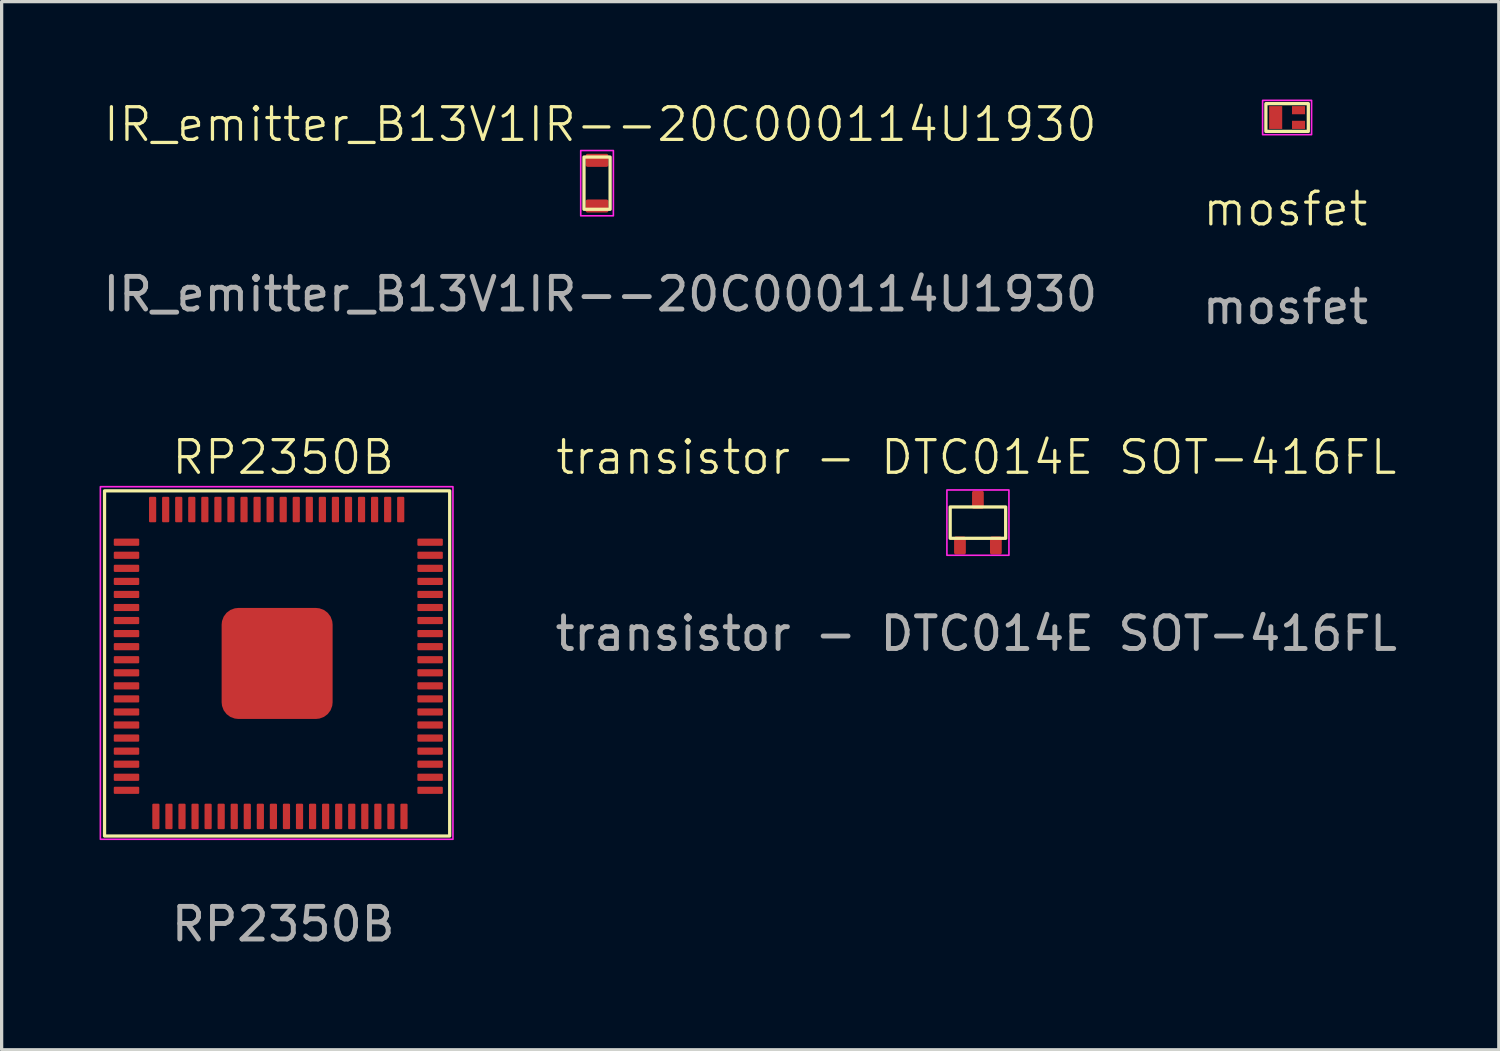
<source format=kicad_pcb>
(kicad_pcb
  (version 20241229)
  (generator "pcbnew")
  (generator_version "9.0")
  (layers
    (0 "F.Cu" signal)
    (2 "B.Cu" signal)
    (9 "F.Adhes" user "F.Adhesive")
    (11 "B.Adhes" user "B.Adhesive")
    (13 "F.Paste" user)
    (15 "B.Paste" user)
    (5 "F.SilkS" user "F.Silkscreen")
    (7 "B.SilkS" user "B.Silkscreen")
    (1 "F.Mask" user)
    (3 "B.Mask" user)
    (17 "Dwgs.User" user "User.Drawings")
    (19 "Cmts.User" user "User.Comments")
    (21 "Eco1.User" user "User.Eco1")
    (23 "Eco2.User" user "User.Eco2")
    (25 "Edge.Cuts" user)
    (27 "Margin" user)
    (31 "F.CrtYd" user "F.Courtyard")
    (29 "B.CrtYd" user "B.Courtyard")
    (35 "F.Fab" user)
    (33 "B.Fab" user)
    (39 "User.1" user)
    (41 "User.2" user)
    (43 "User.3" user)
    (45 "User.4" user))
  (footprint "mosfet"
    (layer "F.Cu")
    (at 36.327 3.85)
    (property "Reference" "mosfet" (at 0 -0.5 0) (unlocked yes) (layer "F.SilkS") (effects (font (size 1 1) (thickness 0.1))))
    (attr smd)
    (fp_rect (start -0.6 -3.725) (end 0.7 -2.875) (stroke (width 0.1) (type solid)) (fill no) (layer "F.SilkS"))
    (fp_rect (start -0.7 -3.825) (end 0.8 -2.775) (stroke (width 0.05) (type solid)) (fill no) (layer "F.CrtYd"))
    (fp_text user "${REFERENCE}" (at 0 2.5 0) (unlocked yes) (layer "F.Fab") (effects (font (size 1 1) (thickness 0.15))))
    (pad "1" smd rect (at 0.4 -3.525 180) (size 0.4 0.25) (layers "F.Cu" "F.Mask" "F.Paste"))
    (pad "2" smd rect (at 0.4 -3.075 180) (size 0.4 0.25) (layers "F.Cu" "F.Mask" "F.Paste"))
    (pad "3" smd rect (at -0.3 -3.3 180) (size 0.4 0.7) (layers "F.Cu" "F.Mask" "F.Paste")))
  (footprint "IR_emitter_B13V1IR--20C000114U1930"
    (layer "F.Cu")
    (at 15.339 5.561)
    (property "Reference" "IR_emitter_B13V1IR--20C000114U1930" (at 0 -4.8 0) (unlocked yes) (layer "F.SilkS") (effects (font (size 1 1) (thickness 0.1))))
    (attr smd)
    (fp_rect (start -0.5 -3.8) (end 0.3 -2.2) (stroke (width 0.1) (type solid)) (fill no) (layer "F.SilkS"))
    (fp_rect (start -0.6 -4) (end 0.4 -2) (stroke (width 0.05) (type default)) (fill no) (layer "F.CrtYd"))
    (fp_text user "${REFERENCE}" (at 0 0.4 0) (unlocked yes) (layer "F.Fab") (effects (font (size 1 1) (thickness 0.15))))
    (pad "1" smd roundrect (at -0.1 -3.7) (size 0.7 0.4) (layers "F.Cu" "F.Mask" "F.Paste") (roundrect_rratio 0.15))
    (pad "2" smd roundrect (at -0.1 -2.3) (size 0.7 0.4) (layers "F.Cu" "F.Mask" "F.Paste") (roundrect_rratio 0.15)))
  (footprint "transistor - DTC014E SOT-416FL"
    (layer "F.Cu")
    (at 26.856 12.959)
    (property "Reference" "transistor - DTC014E SOT-416FL" (at 0 -2 0) (unlocked yes) (layer "F.SilkS") (effects (font (size 1 1) (thickness 0.1))))
    (attr smd)
    (fp_rect (start -0.8 -0.48) (end 0.9 0.48) (stroke (width 0.1) (type solid)) (fill no) (layer "F.SilkS"))
    (fp_rect (start -0.9 -1) (end 1 1) (stroke (width 0.05) (type default)) (fill no) (layer "F.CrtYd"))
    (fp_text user "${REFERENCE}" (at 0 3.4 0) (unlocked yes) (layer "F.Fab") (effects (font (size 1 1) (thickness 0.15))))
    (pad "1" smd roundrect (at -0.5 0.7) (size 0.36 0.55) (layers "F.Cu" "F.Mask" "F.Paste") (roundrect_rratio 0.15))
    (pad "2" smd roundrect (at 0.6 0.7) (size 0.36 0.55) (layers "F.Cu" "F.Mask" "F.Paste") (roundrect_rratio 0.15))
    (pad "3" smd roundrect (at 0.05 -0.7) (size 0.36 0.55) (layers "F.Cu" "F.Mask" "F.Paste") (roundrect_rratio 0.15)))
  (footprint "RP2350B"
    (layer "F.Cu")
    (at 5.625 19.759)
    (property "Reference" "RP2350B" (at 0 -8.8 0) (unlocked yes) (layer "F.SilkS") (effects (font (size 1 1) (thickness 0.1))))
    (attr smd)
    (fp_rect (start -5.473 -7.773) (end 5.1 2.8) (stroke (width 0.1) (type solid)) (fill no) (layer "F.SilkS"))
    (fp_rect (start -5.6 -7.9) (end 5.2 2.9) (stroke (width 0.05) (type default)) (fill no) (layer "F.CrtYd"))
    (fp_text user "${REFERENCE}" (at 0 5.5 0) (unlocked yes) (layer "F.Fab") (effects (font (size 1 1) (thickness 0.15))))
    (pad "1" smd roundrect (at -4.8 -6.2) (size 0.78 0.22) (layers "F.Cu" "F.Mask" "F.Paste") (roundrect_rratio 0.15))
    (pad "2" smd roundrect (at -4.8 -5.8) (size 0.78 0.22) (layers "F.Cu" "F.Mask" "F.Paste") (roundrect_rratio 0.15))
    (pad "3" smd roundrect (at -4.8 -5.4) (size 0.78 0.22) (layers "F.Cu" "F.Mask" "F.Paste") (roundrect_rratio 0.15))
    (pad "4" smd roundrect (at -4.8 -5) (size 0.78 0.22) (layers "F.Cu" "F.Mask" "F.Paste") (roundrect_rratio 0.15))
    (pad "5" smd roundrect (at -4.8 -4.6) (size 0.78 0.22) (layers "F.Cu" "F.Mask" "F.Paste") (roundrect_rratio 0.15))
    (pad "6" smd roundrect (at -4.8 -4.2) (size 0.78 0.22) (layers "F.Cu" "F.Mask" "F.Paste") (roundrect_rratio 0.15))
    (pad "7" smd roundrect (at -4.8 -3.8) (size 0.78 0.22) (layers "F.Cu" "F.Mask" "F.Paste") (roundrect_rratio 0.15))
    (pad "8" smd roundrect (at -4.8 -3.4) (size 0.78 0.22) (layers "F.Cu" "F.Mask" "F.Paste") (roundrect_rratio 0.15))
    (pad "9" smd roundrect (at -4.8 -3) (size 0.78 0.22) (layers "F.Cu" "F.Mask" "F.Paste") (roundrect_rratio 0.15))
    (pad "10" smd roundrect (at -4.8 -2.6) (size 0.78 0.22) (layers "F.Cu" "F.Mask" "F.Paste") (roundrect_rratio 0.15))
    (pad "11" smd roundrect (at -4.8 -2.2) (size 0.78 0.22) (layers "F.Cu" "F.Mask" "F.Paste") (roundrect_rratio 0.15))
    (pad "12" smd roundrect (at -4.8 -1.8) (size 0.78 0.22) (layers "F.Cu" "F.Mask" "F.Paste") (roundrect_rratio 0.15))
    (pad "13" smd roundrect (at -4.8 -1.4) (size 0.78 0.22) (layers "F.Cu" "F.Mask" "F.Paste") (roundrect_rratio 0.15))
    (pad "14" smd roundrect (at -4.8 -1) (size 0.78 0.22) (layers "F.Cu" "F.Mask" "F.Paste") (roundrect_rratio 0.15))
    (pad "15" smd roundrect (at -4.8 -0.6) (size 0.78 0.22) (layers "F.Cu" "F.Mask" "F.Paste") (roundrect_rratio 0.15))
    (pad "16" smd roundrect (at -4.8 -0.2) (size 0.78 0.22) (layers "F.Cu" "F.Mask" "F.Paste") (roundrect_rratio 0.15))
    (pad "17" smd roundrect (at -4.8 0.2) (size 0.78 0.22) (layers "F.Cu" "F.Mask" "F.Paste") (roundrect_rratio 0.15))
    (pad "18" smd roundrect (at -4.8 0.6) (size 0.78 0.22) (layers "F.Cu" "F.Mask" "F.Paste") (roundrect_rratio 0.15))
    (pad "19" smd roundrect (at -4.8 1) (size 0.78 0.22) (layers "F.Cu" "F.Mask" "F.Paste") (roundrect_rratio 0.15))
    (pad "20" smd roundrect (at -4.8 1.4) (size 0.78 0.22) (layers "F.Cu" "F.Mask" "F.Paste") (roundrect_rratio 0.15))
    (pad "21" smd roundrect (at -3.9 2.2 90) (size 0.78 0.22) (layers "F.Cu" "F.Mask" "F.Paste") (roundrect_rratio 0.15))
    (pad "22" smd roundrect (at -3.5 2.2 90) (size 0.78 0.22) (layers "F.Cu" "F.Mask" "F.Paste") (roundrect_rratio 0.15))
    (pad "23" smd roundrect (at -3.1 2.2 90) (size 0.78 0.22) (layers "F.Cu" "F.Mask" "F.Paste") (roundrect_rratio 0.15))
    (pad "24" smd roundrect (at -2.7 2.2 90) (size 0.78 0.22) (layers "F.Cu" "F.Mask" "F.Paste") (roundrect_rratio 0.15))
    (pad "25" smd roundrect (at -2.3 2.2 90) (size 0.78 0.22) (layers "F.Cu" "F.Mask" "F.Paste") (roundrect_rratio 0.15))
    (pad "26" smd roundrect (at -1.9 2.2 90) (size 0.78 0.22) (layers "F.Cu" "F.Mask" "F.Paste") (roundrect_rratio 0.15))
    (pad "27" smd roundrect (at -1.5 2.2 90) (size 0.78 0.22) (layers "F.Cu" "F.Mask" "F.Paste") (roundrect_rratio 0.15))
    (pad "28" smd roundrect (at -1.1 2.2 90) (size 0.78 0.22) (layers "F.Cu" "F.Mask" "F.Paste") (roundrect_rratio 0.15))
    (pad "29" smd roundrect (at -0.7 2.2 90) (size 0.78 0.22) (layers "F.Cu" "F.Mask" "F.Paste") (roundrect_rratio 0.15))
    (pad "30" smd roundrect (at -0.3 2.2 90) (size 0.78 0.22) (layers "F.Cu" "F.Mask" "F.Paste") (roundrect_rratio 0.15))
    (pad "31" smd roundrect (at 0.1 2.2 90) (size 0.78 0.22) (layers "F.Cu" "F.Mask" "F.Paste") (roundrect_rratio 0.15))
    (pad "32" smd roundrect (at 0.5 2.2 90) (size 0.78 0.22) (layers "F.Cu" "F.Mask" "F.Paste") (roundrect_rratio 0.15))
    (pad "33" smd roundrect (at 0.9 2.2 90) (size 0.78 0.22) (layers "F.Cu" "F.Mask" "F.Paste") (roundrect_rratio 0.15))
    (pad "34" smd roundrect (at 1.3 2.2 90) (size 0.78 0.22) (layers "F.Cu" "F.Mask" "F.Paste") (roundrect_rratio 0.15))
    (pad "35" smd roundrect (at 1.7 2.2 90) (size 0.78 0.22) (layers "F.Cu" "F.Mask" "F.Paste") (roundrect_rratio 0.15))
    (pad "36" smd roundrect (at 2.1 2.2 90) (size 0.78 0.22) (layers "F.Cu" "F.Mask" "F.Paste") (roundrect_rratio 0.15))
    (pad "37" smd roundrect (at 2.5 2.2 90) (size 0.78 0.22) (layers "F.Cu" "F.Mask" "F.Paste") (roundrect_rratio 0.15))
    (pad "38" smd roundrect (at 2.9 2.2 90) (size 0.78 0.22) (layers "F.Cu" "F.Mask" "F.Paste") (roundrect_rratio 0.15))
    (pad "39" smd roundrect (at 3.3 2.2 90) (size 0.78 0.22) (layers "F.Cu" "F.Mask" "F.Paste") (roundrect_rratio 0.15))
    (pad "40" smd roundrect (at 3.7 2.2 90) (size 0.78 0.22) (layers "F.Cu" "F.Mask" "F.Paste") (roundrect_rratio 0.15))
    (pad "41" smd roundrect (at 4.5 1.4) (size 0.78 0.22) (layers "F.Cu" "F.Mask" "F.Paste") (roundrect_rratio 0.15))
    (pad "42" smd roundrect (at 4.5 1) (size 0.78 0.22) (layers "F.Cu" "F.Mask" "F.Paste") (roundrect_rratio 0.15))
    (pad "43" smd roundrect (at 4.5 0.6) (size 0.78 0.22) (layers "F.Cu" "F.Mask" "F.Paste") (roundrect_rratio 0.15))
    (pad "44" smd roundrect (at 4.5 0.2) (size 0.78 0.22) (layers "F.Cu" "F.Mask" "F.Paste") (roundrect_rratio 0.15))
    (pad "45" smd roundrect (at 4.5 -0.2) (size 0.78 0.22) (layers "F.Cu" "F.Mask" "F.Paste") (roundrect_rratio 0.15))
    (pad "46" smd roundrect (at 4.5 -0.6) (size 0.78 0.22) (layers "F.Cu" "F.Mask" "F.Paste") (roundrect_rratio 0.15))
    (pad "47" smd roundrect (at 4.5 -1) (size 0.78 0.22) (layers "F.Cu" "F.Mask" "F.Paste") (roundrect_rratio 0.15))
    (pad "48" smd roundrect (at 4.5 -1.4) (size 0.78 0.22) (layers "F.Cu" "F.Mask" "F.Paste") (roundrect_rratio 0.15))
    (pad "49" smd roundrect (at 4.5 -1.8) (size 0.78 0.22) (layers "F.Cu" "F.Mask" "F.Paste") (roundrect_rratio 0.15))
    (pad "50" smd roundrect (at 4.5 -2.2) (size 0.78 0.22) (layers "F.Cu" "F.Mask" "F.Paste") (roundrect_rratio 0.15))
    (pad "51" smd roundrect (at 4.5 -2.6) (size 0.78 0.22) (layers "F.Cu" "F.Mask" "F.Paste") (roundrect_rratio 0.15))
    (pad "52" smd roundrect (at 4.5 -3) (size 0.78 0.22) (layers "F.Cu" "F.Mask" "F.Paste") (roundrect_rratio 0.15))
    (pad "53" smd roundrect (at 4.5 -3.4) (size 0.78 0.22) (layers "F.Cu" "F.Mask" "F.Paste") (roundrect_rratio 0.15))
    (pad "54" smd roundrect (at 4.5 -3.8) (size 0.78 0.22) (layers "F.Cu" "F.Mask" "F.Paste") (roundrect_rratio 0.15))
    (pad "55" smd roundrect (at 4.5 -4.2) (size 0.78 0.22) (layers "F.Cu" "F.Mask" "F.Paste") (roundrect_rratio 0.15))
    (pad "56" smd roundrect (at 4.5 -4.6) (size 0.78 0.22) (layers "F.Cu" "F.Mask" "F.Paste") (roundrect_rratio 0.15))
    (pad "57" smd roundrect (at 4.5 -5) (size 0.78 0.22) (layers "F.Cu" "F.Mask" "F.Paste") (roundrect_rratio 0.15))
    (pad "58" smd roundrect (at 4.5 -5.4) (size 0.78 0.22) (layers "F.Cu" "F.Mask" "F.Paste") (roundrect_rratio 0.15))
    (pad "59" smd roundrect (at 4.5 -5.8) (size 0.78 0.22) (layers "F.Cu" "F.Mask" "F.Paste") (roundrect_rratio 0.15))
    (pad "60" smd roundrect (at 4.5 -6.2) (size 0.78 0.22) (layers "F.Cu" "F.Mask" "F.Paste") (roundrect_rratio 0.15))
    (pad "61" smd roundrect (at 3.6 -7.2 90) (size 0.78 0.22) (layers "F.Cu" "F.Mask" "F.Paste") (roundrect_rratio 0.15))
    (pad "62" smd roundrect (at 3.2 -7.2 90) (size 0.78 0.22) (layers "F.Cu" "F.Mask" "F.Paste") (roundrect_rratio 0.15))
    (pad "63" smd roundrect (at 2.8 -7.2 90) (size 0.78 0.22) (layers "F.Cu" "F.Mask" "F.Paste") (roundrect_rratio 0.15))
    (pad "64" smd roundrect (at 2.4 -7.2 90) (size 0.78 0.22) (layers "F.Cu" "F.Mask" "F.Paste") (roundrect_rratio 0.15))
    (pad "65" smd roundrect (at 2 -7.2 90) (size 0.78 0.22) (layers "F.Cu" "F.Mask" "F.Paste") (roundrect_rratio 0.15))
    (pad "66" smd roundrect (at 1.6 -7.2 90) (size 0.78 0.22) (layers "F.Cu" "F.Mask" "F.Paste") (roundrect_rratio 0.15))
    (pad "67" smd roundrect (at 1.2 -7.2 90) (size 0.78 0.22) (layers "F.Cu" "F.Mask" "F.Paste") (roundrect_rratio 0.15))
    (pad "68" smd roundrect (at 0.8 -7.2 90) (size 0.78 0.22) (layers "F.Cu" "F.Mask" "F.Paste") (roundrect_rratio 0.15))
    (pad "69" smd roundrect (at 0.4 -7.2 90) (size 0.78 0.22) (layers "F.Cu" "F.Mask" "F.Paste") (roundrect_rratio 0.15))
    (pad "70" smd roundrect (at 0 -7.2 90) (size 0.78 0.22) (layers "F.Cu" "F.Mask" "F.Paste") (roundrect_rratio 0.15))
    (pad "71" smd roundrect (at -0.4 -7.2 90) (size 0.78 0.22) (layers "F.Cu" "F.Mask" "F.Paste") (roundrect_rratio 0.15))
    (pad "72" smd roundrect (at -0.8 -7.2 90) (size 0.78 0.22) (layers "F.Cu" "F.Mask" "F.Paste") (roundrect_rratio 0.15))
    (pad "73" smd roundrect (at -1.2 -7.2 90) (size 0.78 0.22) (layers "F.Cu" "F.Mask" "F.Paste") (roundrect_rratio 0.15))
    (pad "74" smd roundrect (at -1.6 -7.2 90) (size 0.78 0.22) (layers "F.Cu" "F.Mask" "F.Paste") (roundrect_rratio 0.15))
    (pad "75" smd roundrect (at -2 -7.2 90) (size 0.78 0.22) (layers "F.Cu" "F.Mask" "F.Paste") (roundrect_rratio 0.15))
    (pad "76" smd roundrect (at -2.4 -7.2 90) (size 0.78 0.22) (layers "F.Cu" "F.Mask" "F.Paste") (roundrect_rratio 0.15))
    (pad "77" smd roundrect (at -2.8 -7.2 90) (size 0.78 0.22) (layers "F.Cu" "F.Mask" "F.Paste") (roundrect_rratio 0.15))
    (pad "78" smd roundrect (at -3.2 -7.2 90) (size 0.78 0.22) (layers "F.Cu" "F.Mask" "F.Paste") (roundrect_rratio 0.15))
    (pad "79" smd roundrect (at -3.6 -7.2 90) (size 0.78 0.22) (layers "F.Cu" "F.Mask" "F.Paste") (roundrect_rratio 0.15))
    (pad "80" smd roundrect (at -4 -7.2 90) (size 0.78 0.22) (layers "F.Cu" "F.Mask" "F.Paste") (roundrect_rratio 0.15))
    (pad "GND" smd roundrect (at -0.186 -2.486) (size 3.4 3.4) (layers "F.Cu" "F.Mask" "F.Paste" "Eco1.User") (roundrect_rratio 0.15)))
  (gr_rect
    (start -3 -3)
    (end 42.862 29.107)
    (stroke (width 0.1) (type default))
    (fill no)
    (layer "Edge.Cuts")))
</source>
